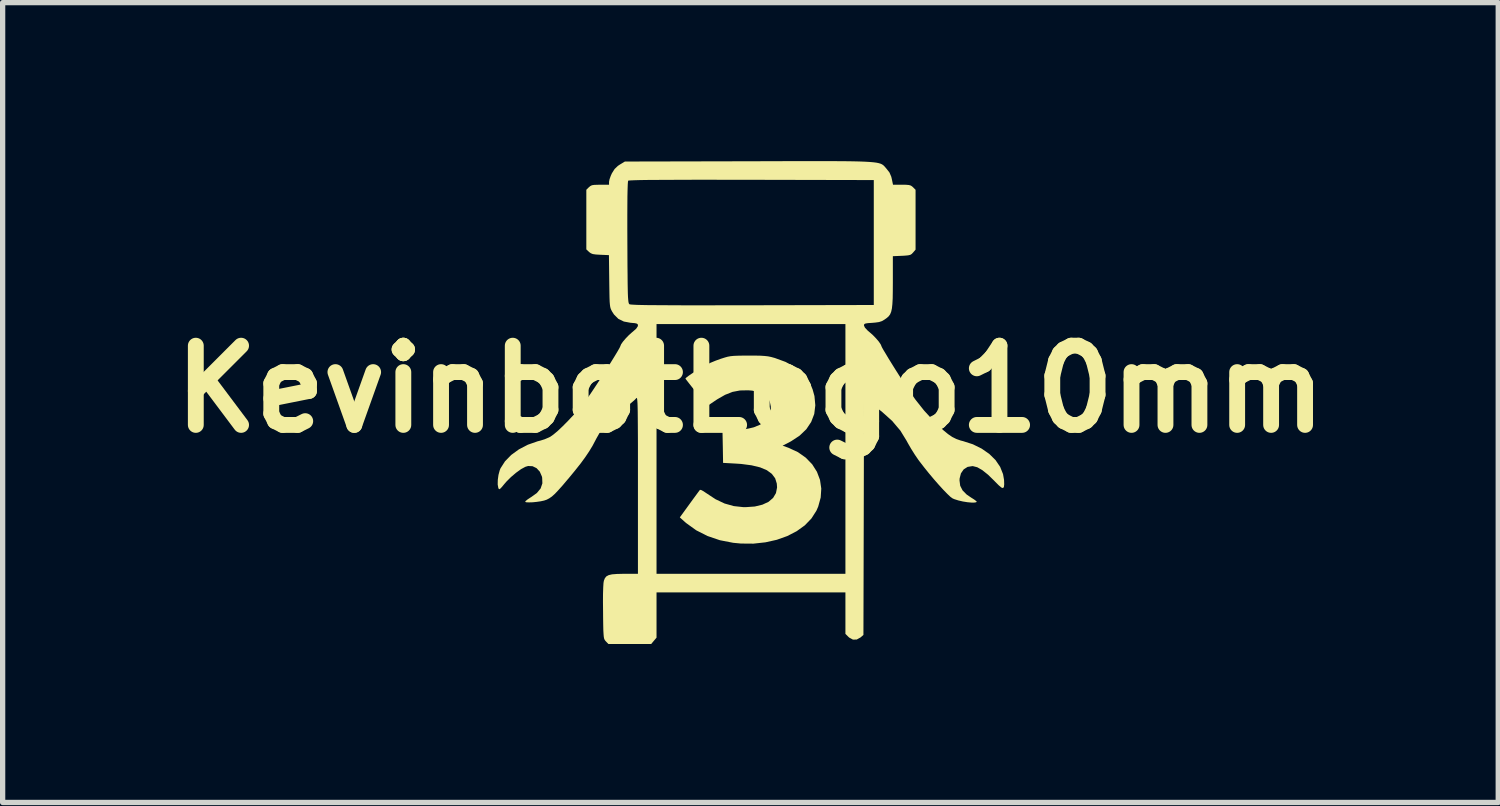
<source format=kicad_pcb>
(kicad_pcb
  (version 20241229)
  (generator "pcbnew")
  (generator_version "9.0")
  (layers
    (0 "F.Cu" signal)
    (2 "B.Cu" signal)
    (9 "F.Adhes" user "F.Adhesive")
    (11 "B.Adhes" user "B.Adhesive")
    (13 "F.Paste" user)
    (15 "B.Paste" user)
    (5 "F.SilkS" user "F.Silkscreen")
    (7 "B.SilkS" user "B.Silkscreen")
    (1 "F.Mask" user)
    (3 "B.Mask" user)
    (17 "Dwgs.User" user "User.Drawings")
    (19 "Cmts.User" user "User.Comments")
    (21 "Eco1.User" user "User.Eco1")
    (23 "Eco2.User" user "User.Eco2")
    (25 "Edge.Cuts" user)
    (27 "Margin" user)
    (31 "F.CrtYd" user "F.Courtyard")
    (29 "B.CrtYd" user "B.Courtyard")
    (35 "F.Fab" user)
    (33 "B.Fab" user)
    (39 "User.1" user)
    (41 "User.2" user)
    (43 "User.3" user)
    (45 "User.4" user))
  (footprint "KevinbotLogo10mm"
    (layer "F.Cu")
    (at 11.157 4.316)
    (property "Reference" "KevinbotLogo10mm" (at 0 0 0) (layer "F.SilkS") (effects (font (size 1.5 1.5) (thickness 0.3))))
    (attr board_only exclude_from_pos_files exclude_from_bom)
    (fp_poly (pts (xy 0.091 -0.634) (xy 0.191 -0.632) (xy 0.268 -0.627) (xy 0.332 -0.62) (xy 0.391 -0.608) (xy 0.453 -0.591) (xy 0.458 -0.59) (xy 0.666 -0.514) (xy 0.842 -0.417) (xy 0.986 -0.299) (xy 1.097 -0.16) (xy 1.175 -0.001) (xy 1.212 0.132) (xy 1.228 0.307) (xy 1.208 0.471) (xy 1.15 0.622) (xy 1.058 0.76) (xy 0.93 0.882) (xy 0.769 0.988) (xy 0.743 1.002) (xy 0.609 1.071) (xy 0.722 1.112) (xy 0.899 1.194) (xy 1.048 1.299) (xy 1.169 1.424) (xy 1.259 1.566) (xy 1.317 1.72) (xy 1.341 1.884) (xy 1.33 2.053) (xy 1.283 2.224) (xy 1.249 2.302) (xy 1.155 2.449) (xy 1.03 2.579) (xy 0.876 2.69) (xy 0.698 2.782) (xy 0.499 2.853) (xy 0.284 2.901) (xy 0.056 2.926) (xy -0.181 2.924) (xy -0.327 2.91) (xy -0.579 2.861) (xy -0.814 2.781) (xy -1.027 2.673) (xy -1.213 2.539) (xy -1.237 2.519) (xy -1.337 2.429) (xy -1.154 2.177) (xy -1.091 2.09) (xy -1.035 2.014) (xy -0.991 1.954) (xy -0.963 1.917) (xy -0.956 1.908) (xy -0.934 1.91) (xy -0.892 1.932) (xy -0.837 1.969) (xy -0.661 2.085) (xy -0.49 2.166) (xy -0.316 2.215) (xy -0.134 2.235) (xy -0.088 2.235) (xy 0.083 2.223) (xy 0.227 2.188) (xy 0.343 2.134) (xy 0.429 2.06) (xy 0.483 1.969) (xy 0.504 1.862) (xy 0.499 1.789) (xy 0.468 1.689) (xy 0.405 1.605) (xy 0.311 1.536) (xy 0.183 1.482) (xy 0.021 1.443) (xy -0.177 1.417) (xy -0.283 1.41) (xy -0.518 1.397) (xy -0.523 1.099) (xy -0.529 0.801) (xy -0.484 0.801) (xy -0.386 0.796) (xy -0.269 0.784) (xy -0.148 0.767) (xy -0.036 0.747) (xy 0.053 0.726) (xy 0.065 0.723) (xy 0.182 0.674) (xy 0.28 0.607) (xy 0.349 0.53) (xy 0.371 0.488) (xy 0.387 0.416) (xy 0.385 0.328) (xy 0.368 0.244) (xy 0.338 0.179) (xy 0.263 0.107) (xy 0.162 0.057) (xy 0.032 0.029) (xy -0.042 0.023) (xy -0.197 0.026) (xy -0.339 0.053) (xy -0.479 0.108) (xy -0.626 0.192) (xy -0.649 0.207) (xy -0.811 0.316) (xy -0.876 0.241) (xy -0.925 0.183) (xy -0.983 0.114) (xy -1.044 0.039) (xy -1.105 -0.036) (xy -1.158 -0.103) (xy -1.2 -0.157) (xy -1.226 -0.191) (xy -1.231 -0.2) (xy -1.215 -0.217) (xy -1.174 -0.249) (xy -1.113 -0.291) (xy -1.042 -0.338) (xy -0.967 -0.386) (xy -0.896 -0.428) (xy -0.836 -0.461) (xy -0.83 -0.464) (xy -0.754 -0.499) (xy -0.659 -0.538) (xy -0.563 -0.573) (xy -0.547 -0.578) (xy -0.484 -0.598) (xy -0.43 -0.613) (xy -0.375 -0.623) (xy -0.313 -0.629) (xy -0.234 -0.632) (xy -0.13 -0.634) (xy -0.039 -0.634)) (stroke (width 0) (type solid)) (fill yes) (layer "F.SilkS"))
    (fp_poly (pts (xy 1.421 -4.316) (xy 1.619 -4.315) (xy 1.791 -4.314) (xy 1.939 -4.312) (xy 2.064 -4.309) (xy 2.168 -4.305) (xy 2.255 -4.3) (xy 2.325 -4.294) (xy 2.382 -4.287) (xy 2.426 -4.278) (xy 2.461 -4.268) (xy 2.488 -4.256) (xy 2.51 -4.242) (xy 2.527 -4.227) (xy 2.544 -4.209) (xy 2.561 -4.189) (xy 2.574 -4.174) (xy 2.632 -4.1) (xy 2.666 -4.021) (xy 2.676 -3.979) (xy 2.699 -3.869) (xy 2.865 -3.869) (xy 2.948 -3.868) (xy 3.002 -3.863) (xy 3.038 -3.852) (xy 3.065 -3.833) (xy 3.078 -3.821) (xy 3.126 -3.773) (xy 3.126 -3.206) (xy 3.126 -2.64) (xy 3.079 -2.585) (xy 3.053 -2.558) (xy 3.025 -2.541) (xy 2.984 -2.532) (xy 2.921 -2.526) (xy 2.864 -2.523) (xy 2.696 -2.516) (xy 2.696 -2.025) (xy 2.695 -1.854) (xy 2.693 -1.717) (xy 2.687 -1.609) (xy 2.678 -1.526) (xy 2.664 -1.463) (xy 2.644 -1.415) (xy 2.617 -1.378) (xy 2.581 -1.346) (xy 2.54 -1.317) (xy 2.489 -1.287) (xy 2.434 -1.269) (xy 2.362 -1.259) (xy 2.304 -1.254) (xy 2.227 -1.249) (xy 2.181 -1.242) (xy 2.157 -1.232) (xy 2.15 -1.215) (xy 2.149 -1.204) (xy 2.167 -1.164) (xy 2.218 -1.109) (xy 2.259 -1.074) (xy 2.319 -1.021) (xy 2.378 -0.96) (xy 2.43 -0.899) (xy 2.466 -0.846) (xy 2.481 -0.811) (xy 2.481 -0.809) (xy 2.491 -0.788) (xy 2.519 -0.738) (xy 2.562 -0.667) (xy 2.615 -0.578) (xy 2.677 -0.478) (xy 2.743 -0.372) (xy 2.811 -0.265) (xy 2.877 -0.162) (xy 2.937 -0.069) (xy 2.957 -0.039) (xy 3.123 0.199) (xy 3.288 0.407) (xy 3.458 0.593) (xy 3.545 0.68) (xy 3.652 0.779) (xy 3.741 0.852) (xy 3.82 0.906) (xy 3.898 0.945) (xy 3.981 0.974) (xy 4.025 0.985) (xy 4.211 1.045) (xy 4.377 1.127) (xy 4.521 1.227) (xy 4.639 1.343) (xy 4.727 1.472) (xy 4.782 1.61) (xy 4.801 1.719) (xy 4.804 1.803) (xy 4.798 1.854) (xy 4.781 1.874) (xy 4.749 1.863) (xy 4.699 1.82) (xy 4.627 1.748) (xy 4.622 1.742) (xy 4.498 1.621) (xy 4.389 1.534) (xy 4.295 1.48) (xy 4.213 1.459) (xy 4.203 1.458) (xy 4.111 1.473) (xy 4.037 1.52) (xy 3.985 1.595) (xy 3.96 1.692) (xy 3.958 1.728) (xy 3.971 1.83) (xy 4.016 1.918) (xy 4.094 1.997) (xy 4.178 2.054) (xy 4.235 2.09) (xy 4.273 2.119) (xy 4.286 2.136) (xy 4.285 2.137) (xy 4.251 2.148) (xy 4.19 2.149) (xy 4.11 2.142) (xy 4.022 2.128) (xy 3.936 2.108) (xy 3.86 2.084) (xy 3.826 2.069) (xy 3.786 2.04) (xy 3.727 1.984) (xy 3.652 1.907) (xy 3.567 1.814) (xy 3.475 1.709) (xy 3.381 1.597) (xy 3.29 1.484) (xy 3.204 1.373) (xy 3.18 1.341) (xy 3.113 1.243) (xy 3.042 1.13) (xy 2.979 1.021) (xy 2.957 0.98) (xy 2.838 0.786) (xy 2.682 0.602) (xy 2.487 0.427) (xy 2.402 0.362) (xy 2.327 0.305) (xy 2.26 0.25) (xy 2.211 0.205) (xy 2.191 0.185) (xy 2.15 0.132) (xy 2.145 2.393) (xy 2.139 4.654) (xy 2.085 4.701) (xy 2.013 4.741) (xy 1.941 4.743) (xy 1.872 4.706) (xy 1.855 4.691) (xy 1.798 4.634) (xy 1.798 4.241) (xy 1.798 3.849) (xy 0.01 3.849) (xy -1.778 3.849) (xy -1.778 4.277) (xy -1.778 4.706) (xy -1.829 4.766) (xy -1.879 4.826) (xy -2.284 4.826) (xy -2.689 4.826) (xy -2.737 4.776) (xy -2.751 4.76) (xy -2.762 4.743) (xy -2.771 4.72) (xy -2.777 4.686) (xy -2.781 4.637) (xy -2.785 4.567) (xy -2.787 4.472) (xy -2.789 4.347) (xy -2.79 4.214) (xy -2.792 4.026) (xy -2.791 3.872) (xy -2.787 3.753) (xy -2.782 3.671) (xy -2.775 3.629) (xy -2.756 3.581) (xy -2.728 3.546) (xy -2.684 3.522) (xy -2.62 3.507) (xy -2.528 3.5) (xy -2.405 3.497) (xy -2.385 3.497) (xy -2.13 3.497) (xy -2.13 1.813) (xy -2.13 1.516) (xy -2.13 1.257) (xy -2.13 1.032) (xy -2.131 0.839) (xy -2.132 0.676) (xy -2.133 0.54) (xy -2.134 0.43) (xy -2.136 0.342) (xy -2.138 0.275) (xy -2.141 0.227) (xy -2.144 0.194) (xy -2.148 0.175) (xy -2.152 0.167) (xy -2.157 0.168) (xy -2.16 0.171) (xy -2.188 0.201) (xy -2.24 0.247) (xy -2.306 0.301) (xy -2.351 0.336) (xy -2.498 0.45) (xy -2.617 0.551) (xy -2.713 0.645) (xy -2.791 0.736) (xy -2.858 0.832) (xy -2.918 0.938) (xy -2.931 0.963) (xy -2.988 1.071) (xy -3.052 1.177) (xy -3.126 1.287) (xy -3.213 1.406) (xy -3.32 1.541) (xy -3.449 1.698) (xy -3.45 1.698) (xy -3.552 1.819) (xy -3.635 1.912) (xy -3.702 1.983) (xy -3.759 2.034) (xy -3.81 2.069) (xy -3.858 2.094) (xy -3.905 2.11) (xy -3.969 2.124) (xy -4.045 2.135) (xy -4.122 2.143) (xy -4.192 2.145) (xy -4.243 2.143) (xy -4.265 2.136) (xy -4.255 2.118) (xy -4.218 2.088) (xy -4.162 2.051) (xy -4.153 2.046) (xy -4.044 1.968) (xy -3.972 1.881) (xy -3.939 1.784) (xy -3.943 1.678) (xy -3.948 1.655) (xy -3.988 1.563) (xy -4.049 1.497) (xy -4.125 1.46) (xy -4.209 1.456) (xy -4.26 1.471) (xy -4.342 1.515) (xy -4.436 1.583) (xy -4.533 1.665) (xy -4.621 1.753) (xy -4.659 1.797) (xy -4.708 1.856) (xy -4.738 1.887) (xy -4.756 1.896) (xy -4.767 1.886) (xy -4.773 1.871) (xy -4.785 1.806) (xy -4.783 1.719) (xy -4.77 1.625) (xy -4.747 1.539) (xy -4.732 1.501) (xy -4.647 1.368) (xy -4.529 1.247) (xy -4.383 1.141) (xy -4.214 1.053) (xy -4.028 0.988) (xy -3.976 0.975) (xy -3.896 0.95) (xy -3.814 0.915) (xy -3.79 0.903) (xy -3.728 0.859) (xy -3.647 0.791) (xy -3.554 0.703) (xy -3.453 0.601) (xy -3.349 0.49) (xy -3.25 0.378) (xy -3.159 0.268) (xy -3.089 0.176) (xy -3.037 0.102) (xy -2.975 0.01) (xy -2.906 -0.094) (xy -2.832 -0.207) (xy -2.757 -0.324) (xy -2.685 -0.438) (xy -2.618 -0.546) (xy -2.559 -0.642) (xy -2.511 -0.722) (xy -2.478 -0.78) (xy -2.463 -0.812) (xy -2.462 -0.815) (xy -2.448 -0.849) (xy -2.413 -0.899) (xy -2.362 -0.959) (xy -2.303 -1.02) (xy -2.244 -1.073) (xy -2.229 -1.085) (xy -2.163 -1.143) (xy -2.132 -1.19) (xy -2.13 -1.203) (xy -2.133 -1.225) (xy -2.14 -1.231) (xy -1.778 -1.231) (xy -1.778 1.133) (xy -1.778 3.497) (xy 0.01 3.497) (xy 1.798 3.497) (xy 1.798 1.133) (xy 1.798 -1.231) (xy 0.01 -1.231) (xy -1.778 -1.231) (xy -2.14 -1.231) (xy -2.15 -1.239) (xy -2.187 -1.248) (xy -2.253 -1.254) (xy -2.268 -1.255) (xy -2.397 -1.279) (xy -2.501 -1.33) (xy -2.583 -1.412) (xy -2.618 -1.466) (xy -2.633 -1.494) (xy -2.645 -1.521) (xy -2.654 -1.553) (xy -2.66 -1.594) (xy -2.665 -1.65) (xy -2.668 -1.727) (xy -2.67 -1.829) (xy -2.672 -1.962) (xy -2.673 -2.045) (xy -2.679 -2.536) (xy -2.842 -2.543) (xy -2.927 -2.548) (xy -2.983 -2.556) (xy -3.021 -2.571) (xy -3.052 -2.593) (xy -3.056 -2.597) (xy -3.107 -2.645) (xy -3.107 -3.209) (xy -3.107 -3.287) (xy -2.331 -3.287) (xy -2.331 -3.049) (xy -2.33 -2.778) (xy -2.329 -2.537) (xy -2.328 -2.331) (xy -2.326 -2.159) (xy -2.325 -2.017) (xy -2.323 -1.902) (xy -2.321 -1.811) (xy -2.318 -1.741) (xy -2.314 -1.69) (xy -2.31 -1.654) (xy -2.305 -1.63) (xy -2.299 -1.616) (xy -2.292 -1.607) (xy -2.292 -1.607) (xy -2.279 -1.603) (xy -2.251 -1.6) (xy -2.206 -1.597) (xy -2.143 -1.594) (xy -2.058 -1.592) (xy -1.951 -1.59) (xy -1.82 -1.589) (xy -1.663 -1.588) (xy -1.478 -1.587) (xy -1.263 -1.586) (xy -1.017 -1.586) (xy -0.738 -1.586) (xy -0.423 -1.587) (xy -0.072 -1.587) (xy 0.038 -1.587) (xy 2.335 -1.592) (xy 2.335 -2.774) (xy 2.335 -3.957) (xy 0.021 -3.962) (xy -0.372 -3.962) (xy -0.726 -3.963) (xy -1.043 -3.963) (xy -1.322 -3.962) (xy -1.565 -3.961) (xy -1.773 -3.96) (xy -1.946 -3.959) (xy -2.085 -3.957) (xy -2.191 -3.954) (xy -2.263 -3.951) (xy -2.304 -3.948) (xy -2.314 -3.946) (xy -2.319 -3.924) (xy -2.323 -3.867) (xy -2.326 -3.776) (xy -2.329 -3.65) (xy -2.33 -3.487) (xy -2.331 -3.287) (xy -3.107 -3.287) (xy -3.107 -3.773) (xy -3.059 -3.821) (xy -3.031 -3.844) (xy -3.001 -3.859) (xy -2.956 -3.866) (xy -2.888 -3.868) (xy -2.844 -3.869) (xy -2.677 -3.869) (xy -2.677 -3.924) (xy -2.668 -3.971) (xy -2.645 -4.036) (xy -2.623 -4.085) (xy -2.572 -4.166) (xy -2.509 -4.226) (xy -2.473 -4.25) (xy -2.377 -4.308) (xy -0.042 -4.313) (xy 0.321 -4.314) (xy 0.646 -4.315) (xy 0.936 -4.316) (xy 1.194 -4.316)) (stroke (width 0) (type solid)) (fill yes) (layer "F.SilkS")))
  (gr_rect
    (start -3 -3)
    (end 25.314 12.142)
    (stroke (width 0.1) (type default))
    (fill no)
    (layer "Edge.Cuts")))
</source>
